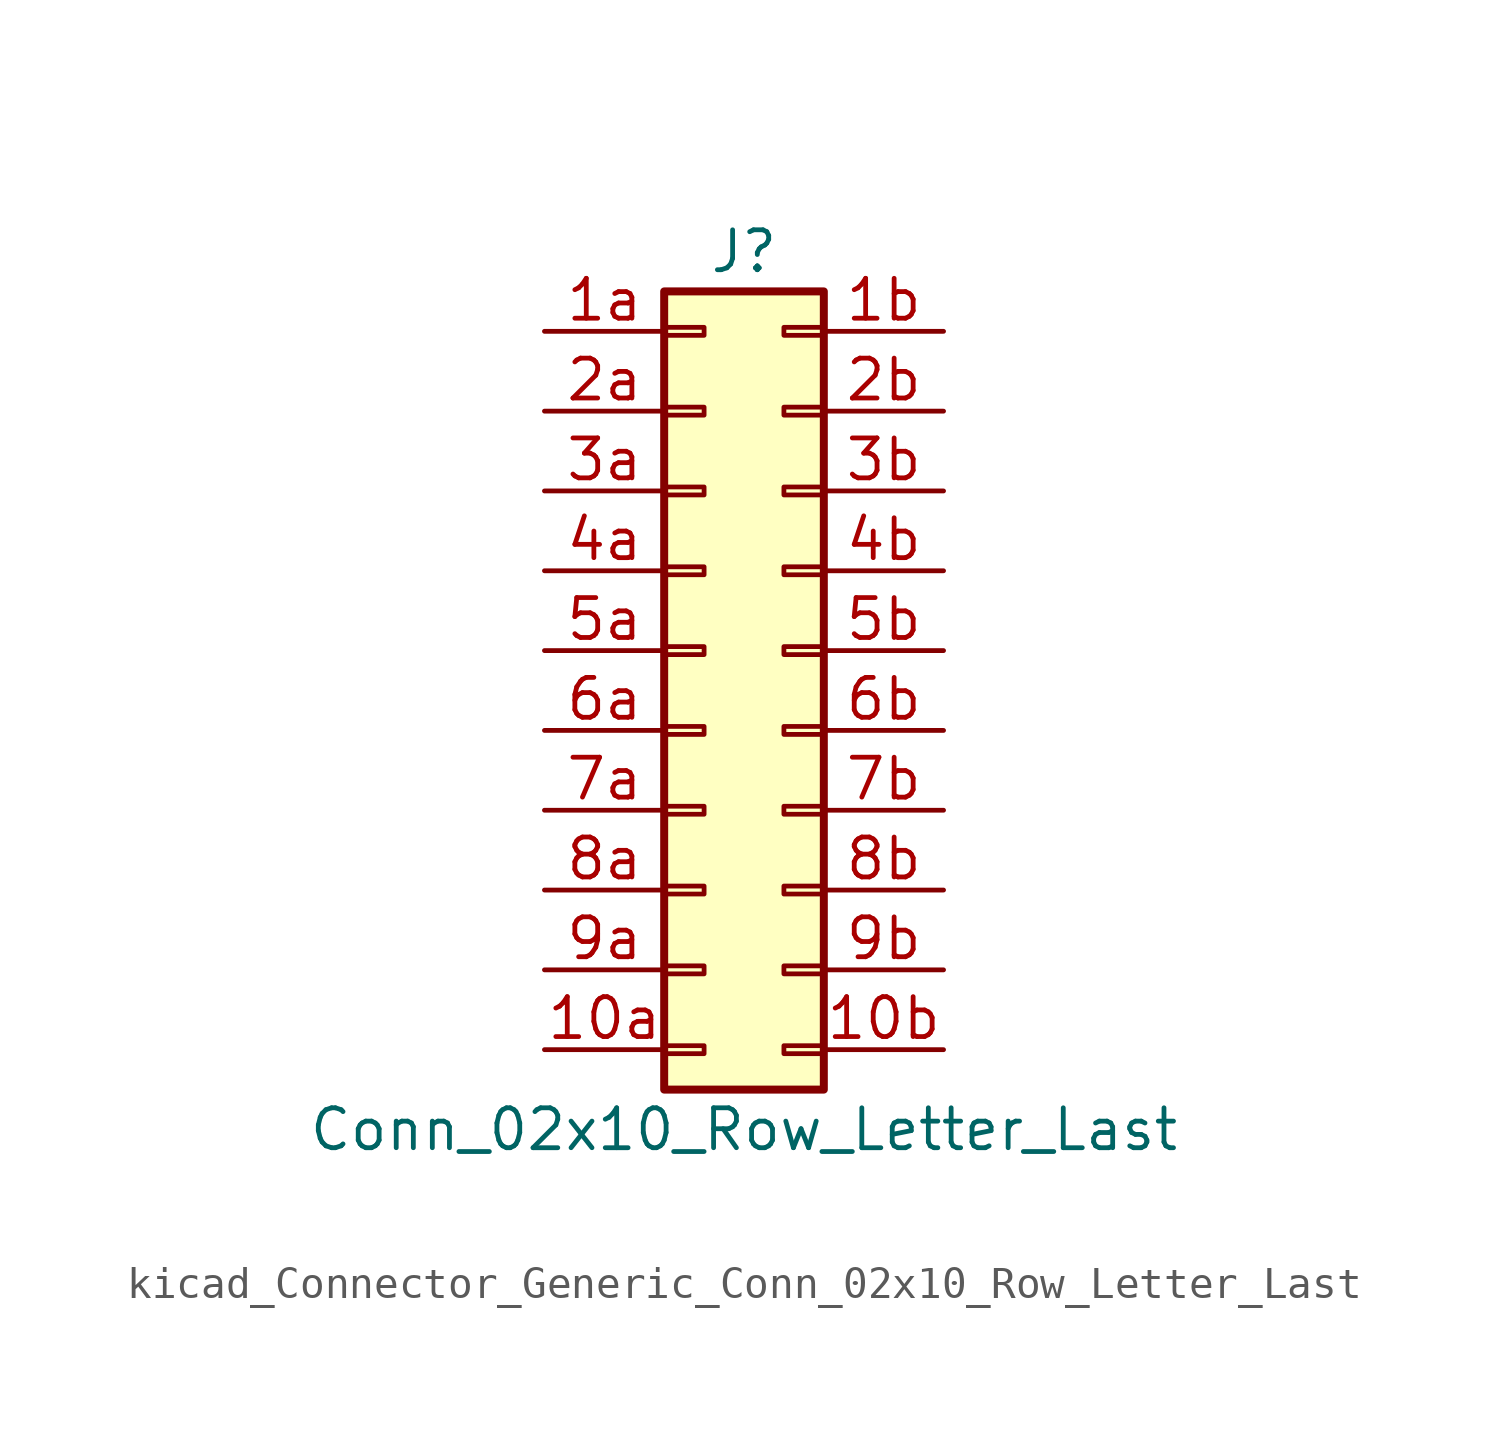
<source format=kicad_sym>
(kicad_symbol_lib
  (version 20220914)
  (generator kicad_symbol_editor)
  (symbol "kicad_Connector_Generic_Conn_02x10_Row_Letter_Last"
    (pin_names
      (offset 1.016) hide)
    (property "Reference" "J"
      (at 1.27 12.7 0)
      (effects (font (size 1.27 1.27))))
    (property "Value" "Conn_02x10_Row_Letter_Last"
      (at 1.27 -15.24 0)
      (effects (font (size 1.27 1.27))))
    (symbol "kicad_Connector_Generic_Conn_02x10_Row_Letter_Last_1_1"
      (rectangle (start -1.27 -12.573) (end 0 -12.827) (stroke (width 0.152) (type default)) (fill (type none)))
      (rectangle (start -1.27 -10.033) (end 0 -10.287) (stroke (width 0.152) (type default)) (fill (type none)))
      (rectangle (start -1.27 -7.493) (end 0 -7.747) (stroke (width 0.152) (type default)) (fill (type none)))
      (rectangle (start -1.27 -4.953) (end 0 -5.207) (stroke (width 0.152) (type default)) (fill (type none)))
      (rectangle (start -1.27 -2.413) (end 0 -2.667) (stroke (width 0.152) (type default)) (fill (type none)))
      (rectangle (start -1.27 0.127) (end 0 -0.127) (stroke (width 0.152) (type default)) (fill (type none)))
      (rectangle (start -1.27 2.667) (end 0 2.413) (stroke (width 0.152) (type default)) (fill (type none)))
      (rectangle (start -1.27 5.207) (end 0 4.953) (stroke (width 0.152) (type default)) (fill (type none)))
      (rectangle (start -1.27 7.747) (end 0 7.493) (stroke (width 0.152) (type default)) (fill (type none)))
      (rectangle (start -1.27 10.287) (end 0 10.033) (stroke (width 0.152) (type default)) (fill (type none)))
      (rectangle (start -1.27 11.43) (end 3.81 -13.97) (stroke (width 0.254) (type default)) (fill (type background)))
      (rectangle (start 3.81 -12.573) (end 2.54 -12.827) (stroke (width 0.152) (type default)) (fill (type none)))
      (rectangle (start 3.81 -10.033) (end 2.54 -10.287) (stroke (width 0.152) (type default)) (fill (type none)))
      (rectangle (start 3.81 -7.493) (end 2.54 -7.747) (stroke (width 0.152) (type default)) (fill (type none)))
      (rectangle (start 3.81 -4.953) (end 2.54 -5.207) (stroke (width 0.152) (type default)) (fill (type none)))
      (rectangle (start 3.81 -2.413) (end 2.54 -2.667) (stroke (width 0.152) (type default)) (fill (type none)))
      (rectangle (start 3.81 0.127) (end 2.54 -0.127) (stroke (width 0.152) (type default)) (fill (type none)))
      (rectangle (start 3.81 2.667) (end 2.54 2.413) (stroke (width 0.152) (type default)) (fill (type none)))
      (rectangle (start 3.81 5.207) (end 2.54 4.953) (stroke (width 0.152) (type default)) (fill (type none)))
      (rectangle (start 3.81 7.747) (end 2.54 7.493) (stroke (width 0.152) (type default)) (fill (type none)))
      (rectangle (start 3.81 10.287) (end 2.54 10.033) (stroke (width 0.152) (type default)) (fill (type none)))
      (pin passive line (at -5.08 -12.7 0) (length 3.81) (name "Pin_10a" (effects (font (size 1.27 1.27)))) (number "10a" (effects (font (size 1.27 1.27)))))
      (pin passive line (at 7.62 -12.7 180) (length 3.81) (name "Pin_10b" (effects (font (size 1.27 1.27)))) (number "10b" (effects (font (size 1.27 1.27)))))
      (pin passive line (at -5.08 10.16 0) (length 3.81) (name "Pin_1a" (effects (font (size 1.27 1.27)))) (number "1a" (effects (font (size 1.27 1.27)))))
      (pin passive line (at 7.62 10.16 180) (length 3.81) (name "Pin_1b" (effects (font (size 1.27 1.27)))) (number "1b" (effects (font (size 1.27 1.27)))))
      (pin passive line (at -5.08 7.62 0) (length 3.81) (name "Pin_2a" (effects (font (size 1.27 1.27)))) (number "2a" (effects (font (size 1.27 1.27)))))
      (pin passive line (at 7.62 7.62 180) (length 3.81) (name "Pin_2b" (effects (font (size 1.27 1.27)))) (number "2b" (effects (font (size 1.27 1.27)))))
      (pin passive line (at -5.08 5.08 0) (length 3.81) (name "Pin_3a" (effects (font (size 1.27 1.27)))) (number "3a" (effects (font (size 1.27 1.27)))))
      (pin passive line (at 7.62 5.08 180) (length 3.81) (name "Pin_3b" (effects (font (size 1.27 1.27)))) (number "3b" (effects (font (size 1.27 1.27)))))
      (pin passive line (at -5.08 2.54 0) (length 3.81) (name "Pin_4a" (effects (font (size 1.27 1.27)))) (number "4a" (effects (font (size 1.27 1.27)))))
      (pin passive line (at 7.62 2.54 180) (length 3.81) (name "Pin_4b" (effects (font (size 1.27 1.27)))) (number "4b" (effects (font (size 1.27 1.27)))))
      (pin passive line (at -5.08 0 0) (length 3.81) (name "Pin_5a" (effects (font (size 1.27 1.27)))) (number "5a" (effects (font (size 1.27 1.27)))))
      (pin passive line (at 7.62 0 180) (length 3.81) (name "Pin_5b" (effects (font (size 1.27 1.27)))) (number "5b" (effects (font (size 1.27 1.27)))))
      (pin passive line (at -5.08 -2.54 0) (length 3.81) (name "Pin_6a" (effects (font (size 1.27 1.27)))) (number "6a" (effects (font (size 1.27 1.27)))))
      (pin passive line (at 7.62 -2.54 180) (length 3.81) (name "Pin_6b" (effects (font (size 1.27 1.27)))) (number "6b" (effects (font (size 1.27 1.27)))))
      (pin passive line (at -5.08 -5.08 0) (length 3.81) (name "Pin_7a" (effects (font (size 1.27 1.27)))) (number "7a" (effects (font (size 1.27 1.27)))))
      (pin passive line (at 7.62 -5.08 180) (length 3.81) (name "Pin_7b" (effects (font (size 1.27 1.27)))) (number "7b" (effects (font (size 1.27 1.27)))))
      (pin passive line (at -5.08 -7.62 0) (length 3.81) (name "Pin_8a" (effects (font (size 1.27 1.27)))) (number "8a" (effects (font (size 1.27 1.27)))))
      (pin passive line (at 7.62 -7.62 180) (length 3.81) (name "Pin_8b" (effects (font (size 1.27 1.27)))) (number "8b" (effects (font (size 1.27 1.27)))))
      (pin passive line (at -5.08 -10.16 0) (length 3.81) (name "Pin_9a" (effects (font (size 1.27 1.27)))) (number "9a" (effects (font (size 1.27 1.27)))))
      (pin passive line (at 7.62 -10.16 180) (length 3.81) (name "Pin_9b" (effects (font (size 1.27 1.27)))) (number "9b" (effects (font (size 1.27 1.27))))))))
</source>
